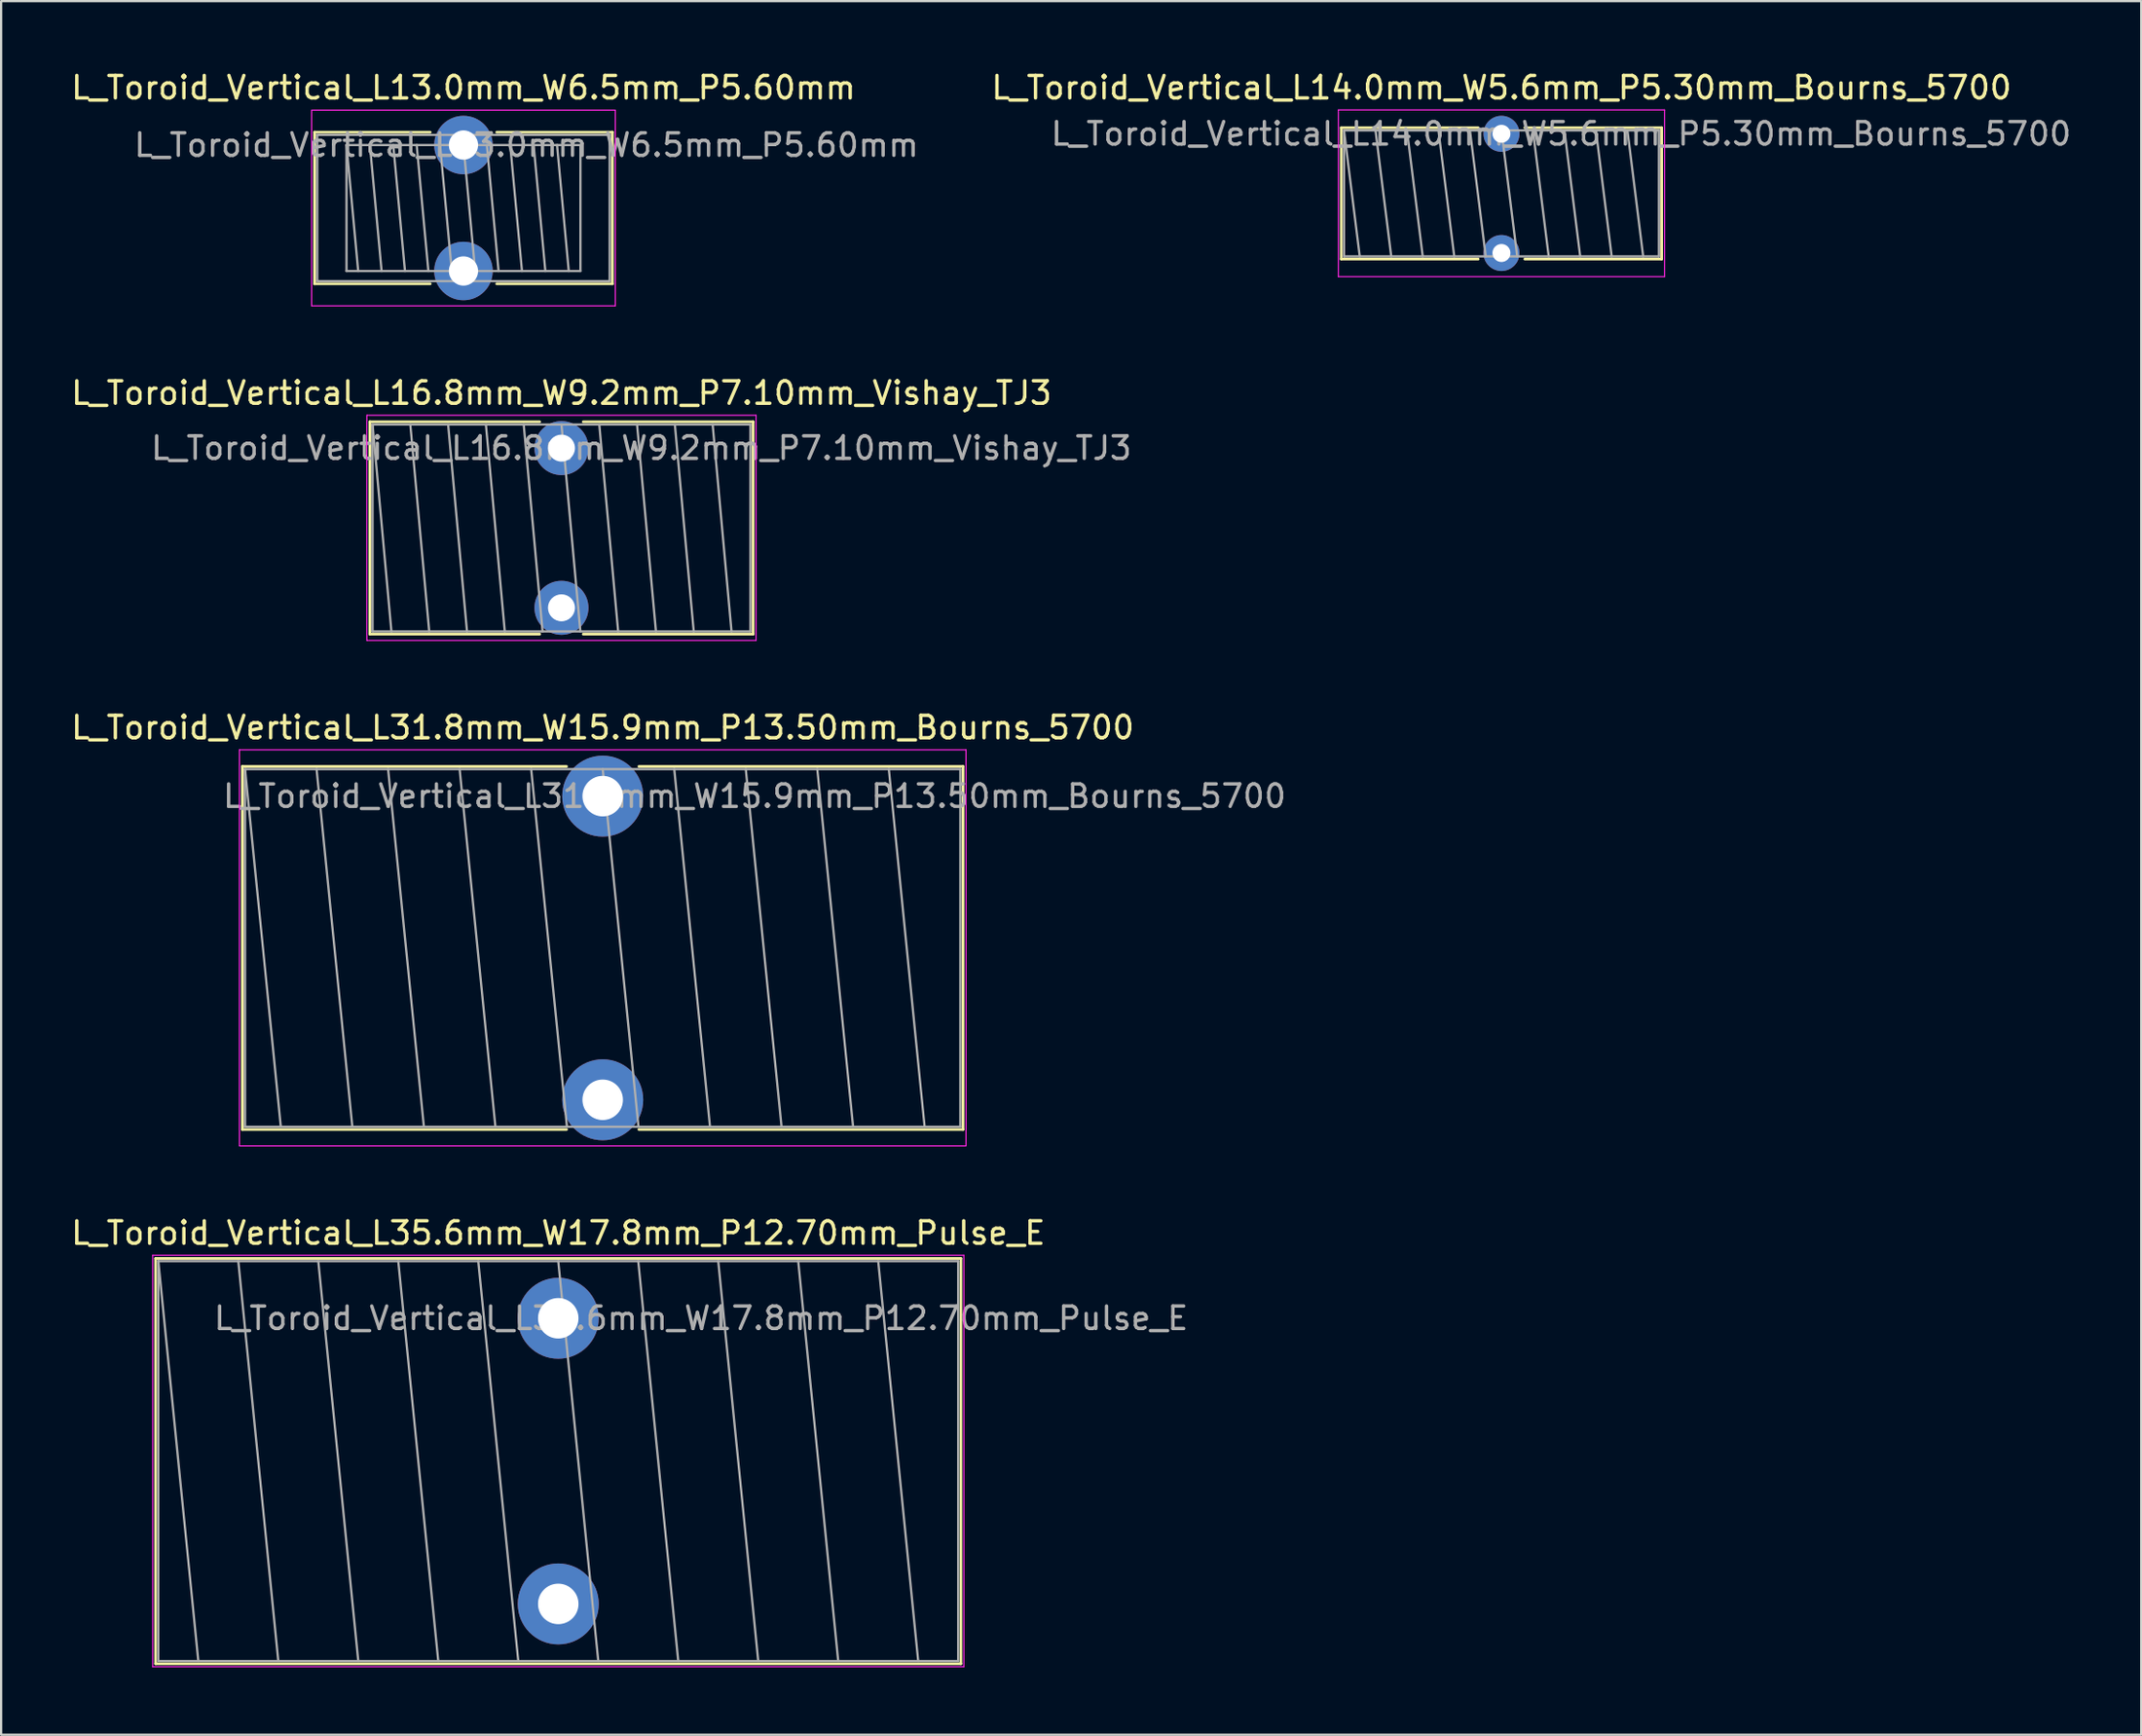
<source format=kicad_pcb>
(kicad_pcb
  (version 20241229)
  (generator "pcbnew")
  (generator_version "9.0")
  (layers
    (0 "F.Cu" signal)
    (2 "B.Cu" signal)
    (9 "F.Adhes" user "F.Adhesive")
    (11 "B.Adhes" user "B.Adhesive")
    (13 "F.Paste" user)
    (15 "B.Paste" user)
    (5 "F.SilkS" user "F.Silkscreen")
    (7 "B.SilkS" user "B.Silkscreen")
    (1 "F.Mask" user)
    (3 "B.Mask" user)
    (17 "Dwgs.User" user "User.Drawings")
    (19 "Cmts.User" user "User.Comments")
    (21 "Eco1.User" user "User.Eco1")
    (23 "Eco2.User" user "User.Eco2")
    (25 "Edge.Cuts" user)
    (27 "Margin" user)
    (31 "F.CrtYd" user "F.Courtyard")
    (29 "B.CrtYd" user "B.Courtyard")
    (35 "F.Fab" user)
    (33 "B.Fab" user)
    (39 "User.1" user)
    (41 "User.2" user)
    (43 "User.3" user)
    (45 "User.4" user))
  (footprint "L_Toroid_Vertical_L35.6mm_W17.8mm_P12.70mm_Pulse_E"
    (layer "F.Cu")
    (at 21.768 55.558)
    (property "Reference" "L_Toroid_Vertical_L35.6mm_W17.8mm_P12.70mm_Pulse_E" (at 0 -3.79 0) (layer "F.SilkS") (effects (font (size 1 1) (thickness 0.15))))
    (attr through_hole)
    (fp_line (start -17.9 -2.66) (end -17.9 15.36) (stroke (width 0.12) (type solid)) (layer "F.SilkS"))
    (fp_line (start -17.9 -2.66) (end 17.9 -2.66) (stroke (width 0.12) (type solid)) (layer "F.SilkS"))
    (fp_line (start -17.9 15.36) (end 17.9 15.36) (stroke (width 0.12) (type solid)) (layer "F.SilkS"))
    (fp_line (start 17.9 -2.66) (end 17.9 15.36) (stroke (width 0.12) (type solid)) (layer "F.SilkS"))
    (fp_line (start -18.03 -2.8) (end -18.03 15.49) (stroke (width 0.05) (type solid)) (layer "F.CrtYd"))
    (fp_line (start -18.03 15.49) (end 18.03 15.49) (stroke (width 0.05) (type solid)) (layer "F.CrtYd"))
    (fp_line (start 18.03 -2.8) (end -18.03 -2.8) (stroke (width 0.05) (type solid)) (layer "F.CrtYd"))
    (fp_line (start 18.03 15.49) (end 18.03 -2.8) (stroke (width 0.05) (type solid)) (layer "F.CrtYd"))
    (fp_line (start -17.78 -2.54) (end -17.78 15.24) (stroke (width 0.1) (type solid)) (layer "F.Fab"))
    (fp_line (start -17.78 -2.54) (end -16.002 15.24) (stroke (width 0.1) (type solid)) (layer "F.Fab"))
    (fp_line (start -17.78 15.24) (end 17.78 15.24) (stroke (width 0.1) (type solid)) (layer "F.Fab"))
    (fp_line (start -14.224 -2.54) (end -12.446 15.24) (stroke (width 0.1) (type solid)) (layer "F.Fab"))
    (fp_line (start -10.668 -2.54) (end -8.89 15.24) (stroke (width 0.1) (type solid)) (layer "F.Fab"))
    (fp_line (start -7.112 -2.54) (end -5.334 15.24) (stroke (width 0.1) (type solid)) (layer "F.Fab"))
    (fp_line (start -3.556 -2.54) (end -1.778 15.24) (stroke (width 0.1) (type solid)) (layer "F.Fab"))
    (fp_line (start 0 -2.54) (end 1.778 15.24) (stroke (width 0.1) (type solid)) (layer "F.Fab"))
    (fp_line (start 3.556 -2.54) (end 5.334 15.24) (stroke (width 0.1) (type solid)) (layer "F.Fab"))
    (fp_line (start 7.112 -2.54) (end 8.89 15.24) (stroke (width 0.1) (type solid)) (layer "F.Fab"))
    (fp_line (start 10.668 -2.54) (end 12.446 15.24) (stroke (width 0.1) (type solid)) (layer "F.Fab"))
    (fp_line (start 14.224 -2.54) (end 16.002 15.24) (stroke (width 0.1) (type solid)) (layer "F.Fab"))
    (fp_line (start 17.78 -2.54) (end -17.78 -2.54) (stroke (width 0.1) (type solid)) (layer "F.Fab"))
    (fp_line (start 17.78 15.24) (end 17.78 -2.54) (stroke (width 0.1) (type solid)) (layer "F.Fab"))
    (fp_text user "${REFERENCE}" (at 6.35 0 0) (layer "F.Fab") (effects (font (size 1 1) (thickness 0.15))))
    (pad "1" thru_hole circle (at 0 0) (size 3.6 3.6) (drill 1.8) (layers "*.Cu" "*.Mask"))
    (pad "2" thru_hole circle (at 0 12.7) (size 3.6 3.6) (drill 1.8) (layers "*.Cu" "*.Mask")))
  (footprint "L_Toroid_Vertical_L16.8mm_W9.2mm_P7.10mm_Vishay_TJ3"
    (layer "F.Cu")
    (at 21.911 16.872)
    (property "Reference" "L_Toroid_Vertical_L16.8mm_W9.2mm_P7.10mm_Vishay_TJ3" (at 0 -2.45 0) (layer "F.SilkS") (effects (font (size 1 1) (thickness 0.15))))
    (attr through_hole)
    (fp_line (start -8.52 -1.17) (end -8.52 8.27) (stroke (width 0.12) (type solid)) (layer "F.SilkS"))
    (fp_line (start -8.52 -1.17) (end -0.968 -1.17) (stroke (width 0.12) (type solid)) (layer "F.SilkS"))
    (fp_line (start -8.52 8.27) (end -0.968 8.27) (stroke (width 0.12) (type solid)) (layer "F.SilkS"))
    (fp_line (start 0.968 -1.17) (end 8.52 -1.17) (stroke (width 0.12) (type solid)) (layer "F.SilkS"))
    (fp_line (start 0.968 8.27) (end 8.52 8.27) (stroke (width 0.12) (type solid)) (layer "F.SilkS"))
    (fp_line (start 8.52 -1.17) (end 8.52 8.27) (stroke (width 0.12) (type solid)) (layer "F.SilkS"))
    (fp_line (start -8.65 -1.46) (end -8.65 8.55) (stroke (width 0.05) (type solid)) (layer "F.CrtYd"))
    (fp_line (start -8.65 8.55) (end 8.65 8.55) (stroke (width 0.05) (type solid)) (layer "F.CrtYd"))
    (fp_line (start 8.65 -1.46) (end -8.65 -1.46) (stroke (width 0.05) (type solid)) (layer "F.CrtYd"))
    (fp_line (start 8.65 8.55) (end 8.65 -1.46) (stroke (width 0.05) (type solid)) (layer "F.CrtYd"))
    (fp_line (start -8.4 -1.05) (end -8.4 8.15) (stroke (width 0.1) (type solid)) (layer "F.Fab"))
    (fp_line (start -8.4 -1.05) (end -7.56 8.15) (stroke (width 0.1) (type solid)) (layer "F.Fab"))
    (fp_line (start -8.4 8.15) (end 8.4 8.15) (stroke (width 0.1) (type solid)) (layer "F.Fab"))
    (fp_line (start -6.72 -1.05) (end -5.88 8.15) (stroke (width 0.1) (type solid)) (layer "F.Fab"))
    (fp_line (start -5.04 -1.05) (end -4.2 8.15) (stroke (width 0.1) (type solid)) (layer "F.Fab"))
    (fp_line (start -3.36 -1.05) (end -2.52 8.15) (stroke (width 0.1) (type solid)) (layer "F.Fab"))
    (fp_line (start -1.68 -1.05) (end -0.84 8.15) (stroke (width 0.1) (type solid)) (layer "F.Fab"))
    (fp_line (start 0 -1.05) (end 0.84 8.15) (stroke (width 0.1) (type solid)) (layer "F.Fab"))
    (fp_line (start 1.68 -1.05) (end 2.52 8.15) (stroke (width 0.1) (type solid)) (layer "F.Fab"))
    (fp_line (start 3.36 -1.05) (end 4.2 8.15) (stroke (width 0.1) (type solid)) (layer "F.Fab"))
    (fp_line (start 5.04 -1.05) (end 5.88 8.15) (stroke (width 0.1) (type solid)) (layer "F.Fab"))
    (fp_line (start 6.72 -1.05) (end 7.56 8.15) (stroke (width 0.1) (type solid)) (layer "F.Fab"))
    (fp_line (start 8.4 -1.05) (end -8.4 -1.05) (stroke (width 0.1) (type solid)) (layer "F.Fab"))
    (fp_line (start 8.4 8.15) (end 8.4 -1.05) (stroke (width 0.1) (type solid)) (layer "F.Fab"))
    (fp_text user "${REFERENCE}" (at 3.55 0 0) (layer "F.Fab") (effects (font (size 1 1) (thickness 0.15))))
    (pad "1" thru_hole circle (at 0 0) (size 2.4 2.4) (drill 1.2) (layers "*.Cu" "*.Mask"))
    (pad "2" thru_hole circle (at 0 7.1) (size 2.4 2.4) (drill 1.2) (layers "*.Cu" "*.Mask")))
  (footprint "L_Toroid_Vertical_L31.8mm_W15.9mm_P13.50mm_Bourns_5700"
    (layer "F.Cu")
    (at 23.744 32.345)
    (property "Reference" "L_Toroid_Vertical_L31.8mm_W15.9mm_P13.50mm_Bourns_5700" (at 0 -3.05 0) (layer "F.SilkS") (effects (font (size 1 1) (thickness 0.15))))
    (attr through_hole)
    (fp_line (start -16.02 -1.32) (end -16.02 14.82) (stroke (width 0.12) (type solid)) (layer "F.SilkS"))
    (fp_line (start -16.02 -1.32) (end -1.608 -1.32) (stroke (width 0.12) (type solid)) (layer "F.SilkS"))
    (fp_line (start -16.02 14.82) (end -1.608 14.82) (stroke (width 0.12) (type solid)) (layer "F.SilkS"))
    (fp_line (start 1.608 -1.32) (end 16.02 -1.32) (stroke (width 0.12) (type solid)) (layer "F.SilkS"))
    (fp_line (start 1.608 14.82) (end 16.02 14.82) (stroke (width 0.12) (type solid)) (layer "F.SilkS"))
    (fp_line (start 16.02 -1.32) (end 16.02 14.82) (stroke (width 0.12) (type solid)) (layer "F.SilkS"))
    (fp_line (start -16.15 -2.06) (end -16.15 15.55) (stroke (width 0.05) (type solid)) (layer "F.CrtYd"))
    (fp_line (start -16.15 15.55) (end 16.15 15.55) (stroke (width 0.05) (type solid)) (layer "F.CrtYd"))
    (fp_line (start 16.15 -2.06) (end -16.15 -2.06) (stroke (width 0.05) (type solid)) (layer "F.CrtYd"))
    (fp_line (start 16.15 15.55) (end 16.15 -2.06) (stroke (width 0.05) (type solid)) (layer "F.CrtYd"))
    (fp_line (start -15.9 -1.2) (end -15.9 14.7) (stroke (width 0.1) (type solid)) (layer "F.Fab"))
    (fp_line (start -15.9 -1.2) (end -14.31 14.7) (stroke (width 0.1) (type solid)) (layer "F.Fab"))
    (fp_line (start -15.9 14.7) (end 15.9 14.7) (stroke (width 0.1) (type solid)) (layer "F.Fab"))
    (fp_line (start -12.72 -1.2) (end -11.13 14.7) (stroke (width 0.1) (type solid)) (layer "F.Fab"))
    (fp_line (start -9.54 -1.2) (end -7.95 14.7) (stroke (width 0.1) (type solid)) (layer "F.Fab"))
    (fp_line (start -6.36 -1.2) (end -4.77 14.7) (stroke (width 0.1) (type solid)) (layer "F.Fab"))
    (fp_line (start -3.18 -1.2) (end -1.59 14.7) (stroke (width 0.1) (type solid)) (layer "F.Fab"))
    (fp_line (start 0 -1.2) (end 1.59 14.7) (stroke (width 0.1) (type solid)) (layer "F.Fab"))
    (fp_line (start 3.18 -1.2) (end 4.77 14.7) (stroke (width 0.1) (type solid)) (layer "F.Fab"))
    (fp_line (start 6.36 -1.2) (end 7.95 14.7) (stroke (width 0.1) (type solid)) (layer "F.Fab"))
    (fp_line (start 9.54 -1.2) (end 11.13 14.7) (stroke (width 0.1) (type solid)) (layer "F.Fab"))
    (fp_line (start 12.72 -1.2) (end 14.31 14.7) (stroke (width 0.1) (type solid)) (layer "F.Fab"))
    (fp_line (start 15.9 -1.2) (end -15.9 -1.2) (stroke (width 0.1) (type solid)) (layer "F.Fab"))
    (fp_line (start 15.9 14.7) (end 15.9 -1.2) (stroke (width 0.1) (type solid)) (layer "F.Fab"))
    (fp_text user "${REFERENCE}" (at 6.75 0 0) (layer "F.Fab") (effects (font (size 1 1) (thickness 0.15))))
    (pad "1" thru_hole circle (at 0 0) (size 3.6 3.6) (drill 1.8) (layers "*.Cu" "*.Mask"))
    (pad "2" thru_hole circle (at 0 13.5) (size 3.6 3.6) (drill 1.8) (layers "*.Cu" "*.Mask")))
  (footprint "L_Toroid_Vertical_L14.0mm_W5.6mm_P5.30mm_Bourns_5700"
    (layer "F.Cu")
    (at 63.699 2.898)
    (property "Reference" "L_Toroid_Vertical_L14.0mm_W5.6mm_P5.30mm_Bourns_5700" (at 0 -2.05 0) (layer "F.SilkS") (effects (font (size 1 1) (thickness 0.15))))
    (attr through_hole)
    (fp_line (start -7.12 -0.27) (end -7.12 5.57) (stroke (width 0.12) (type solid)) (layer "F.SilkS"))
    (fp_line (start -7.12 -0.27) (end -1.037 -0.27) (stroke (width 0.12) (type solid)) (layer "F.SilkS"))
    (fp_line (start -7.12 5.57) (end -1.037 5.57) (stroke (width 0.12) (type solid)) (layer "F.SilkS"))
    (fp_line (start 1.037 -0.27) (end 7.12 -0.27) (stroke (width 0.12) (type solid)) (layer "F.SilkS"))
    (fp_line (start 1.037 5.57) (end 7.12 5.57) (stroke (width 0.12) (type solid)) (layer "F.SilkS"))
    (fp_line (start 7.12 -0.27) (end 7.12 5.57) (stroke (width 0.12) (type solid)) (layer "F.SilkS"))
    (fp_line (start -7.25 -1.06) (end -7.25 6.35) (stroke (width 0.05) (type solid)) (layer "F.CrtYd"))
    (fp_line (start -7.25 6.35) (end 7.25 6.35) (stroke (width 0.05) (type solid)) (layer "F.CrtYd"))
    (fp_line (start 7.25 -1.06) (end -7.25 -1.06) (stroke (width 0.05) (type solid)) (layer "F.CrtYd"))
    (fp_line (start 7.25 6.35) (end 7.25 -1.06) (stroke (width 0.05) (type solid)) (layer "F.CrtYd"))
    (fp_line (start -7 -0.15) (end -7 5.45) (stroke (width 0.1) (type solid)) (layer "F.Fab"))
    (fp_line (start -7 -0.15) (end -6.3 5.45) (stroke (width 0.1) (type solid)) (layer "F.Fab"))
    (fp_line (start -7 5.45) (end 7 5.45) (stroke (width 0.1) (type solid)) (layer "F.Fab"))
    (fp_line (start -5.6 -0.15) (end -4.9 5.45) (stroke (width 0.1) (type solid)) (layer "F.Fab"))
    (fp_line (start -4.2 -0.15) (end -3.5 5.45) (stroke (width 0.1) (type solid)) (layer "F.Fab"))
    (fp_line (start -2.8 -0.15) (end -2.1 5.45) (stroke (width 0.1) (type solid)) (layer "F.Fab"))
    (fp_line (start -1.4 -0.15) (end -0.7 5.45) (stroke (width 0.1) (type solid)) (layer "F.Fab"))
    (fp_line (start 0 -0.15) (end 0.7 5.45) (stroke (width 0.1) (type solid)) (layer "F.Fab"))
    (fp_line (start 1.4 -0.15) (end 2.1 5.45) (stroke (width 0.1) (type solid)) (layer "F.Fab"))
    (fp_line (start 2.8 -0.15) (end 3.5 5.45) (stroke (width 0.1) (type solid)) (layer "F.Fab"))
    (fp_line (start 4.2 -0.15) (end 4.9 5.45) (stroke (width 0.1) (type solid)) (layer "F.Fab"))
    (fp_line (start 5.6 -0.15) (end 6.3 5.45) (stroke (width 0.1) (type solid)) (layer "F.Fab"))
    (fp_line (start 7 -0.15) (end -7 -0.15) (stroke (width 0.1) (type solid)) (layer "F.Fab"))
    (fp_line (start 7 5.45) (end 7 -0.15) (stroke (width 0.1) (type solid)) (layer "F.Fab"))
    (fp_text user "${REFERENCE}" (at 2.65 0 0) (layer "F.Fab") (effects (font (size 1 1) (thickness 0.15))))
    (pad "1" thru_hole circle (at 0 0) (size 1.6 1.6) (drill 0.8) (layers "*.Cu" "*.Mask"))
    (pad "2" thru_hole circle (at 0 5.3) (size 1.6 1.6) (drill 0.8) (layers "*.Cu" "*.Mask")))
  (footprint "L_Toroid_Vertical_L13.0mm_W6.5mm_P5.60mm"
    (layer "F.Cu")
    (at 17.554 3.398)
    (property "Reference" "L_Toroid_Vertical_L13.0mm_W6.5mm_P5.60mm" (at 0 -2.55 0) (layer "F.SilkS") (effects (font (size 1 1) (thickness 0.15))))
    (attr through_hole)
    (fp_line (start -6.62 -0.57) (end -6.62 6.17) (stroke (width 0.12) (type solid)) (layer "F.SilkS"))
    (fp_line (start -6.62 -0.57) (end -1.478 -0.57) (stroke (width 0.12) (type solid)) (layer "F.SilkS"))
    (fp_line (start -6.62 6.17) (end -1.478 6.17) (stroke (width 0.12) (type solid)) (layer "F.SilkS"))
    (fp_line (start 1.478 -0.57) (end 6.62 -0.57) (stroke (width 0.12) (type solid)) (layer "F.SilkS"))
    (fp_line (start 1.478 6.17) (end 6.62 6.17) (stroke (width 0.12) (type solid)) (layer "F.SilkS"))
    (fp_line (start 6.62 -0.57) (end 6.62 6.17) (stroke (width 0.12) (type solid)) (layer "F.SilkS"))
    (fp_line (start -6.75 -1.55) (end -6.75 7.15) (stroke (width 0.05) (type solid)) (layer "F.CrtYd"))
    (fp_line (start -6.75 7.15) (end 6.75 7.15) (stroke (width 0.05) (type solid)) (layer "F.CrtYd"))
    (fp_line (start 6.75 -1.55) (end -6.75 -1.55) (stroke (width 0.05) (type solid)) (layer "F.CrtYd"))
    (fp_line (start 6.75 7.15) (end 6.75 -1.55) (stroke (width 0.05) (type solid)) (layer "F.CrtYd"))
    (fp_line (start -6.5 -0.45) (end -6.5 6.05) (stroke (width 0.1) (type solid)) (layer "F.Fab"))
    (fp_line (start -6.5 6.05) (end 6.5 6.05) (stroke (width 0.1) (type solid)) (layer "F.Fab"))
    (fp_line (start -5.2 0) (end -5.2 5.6) (stroke (width 0.1) (type solid)) (layer "F.Fab"))
    (fp_line (start -5.2 0) (end -4.68 5.6) (stroke (width 0.1) (type solid)) (layer "F.Fab"))
    (fp_line (start -5.2 5.6) (end 5.2 5.6) (stroke (width 0.1) (type solid)) (layer "F.Fab"))
    (fp_line (start -4.16 0) (end -3.64 5.6) (stroke (width 0.1) (type solid)) (layer "F.Fab"))
    (fp_line (start -3.12 0) (end -2.6 5.6) (stroke (width 0.1) (type solid)) (layer "F.Fab"))
    (fp_line (start -2.08 0) (end -1.56 5.6) (stroke (width 0.1) (type solid)) (layer "F.Fab"))
    (fp_line (start -1.04 0) (end -0.52 5.6) (stroke (width 0.1) (type solid)) (layer "F.Fab"))
    (fp_line (start 0 0) (end 0.52 5.6) (stroke (width 0.1) (type solid)) (layer "F.Fab"))
    (fp_line (start 1.04 0) (end 1.56 5.6) (stroke (width 0.1) (type solid)) (layer "F.Fab"))
    (fp_line (start 2.08 0) (end 2.6 5.6) (stroke (width 0.1) (type solid)) (layer "F.Fab"))
    (fp_line (start 3.12 0) (end 3.64 5.6) (stroke (width 0.1) (type solid)) (layer "F.Fab"))
    (fp_line (start 4.16 0) (end 4.68 5.6) (stroke (width 0.1) (type solid)) (layer "F.Fab"))
    (fp_line (start 5.2 0) (end -5.2 0) (stroke (width 0.1) (type solid)) (layer "F.Fab"))
    (fp_line (start 5.2 5.6) (end 5.2 0) (stroke (width 0.1) (type solid)) (layer "F.Fab"))
    (fp_line (start 6.5 -0.45) (end -6.5 -0.45) (stroke (width 0.1) (type solid)) (layer "F.Fab"))
    (fp_line (start 6.5 6.05) (end 6.5 -0.45) (stroke (width 0.1) (type solid)) (layer "F.Fab"))
    (fp_text user "${REFERENCE}" (at 2.8 0 0) (layer "F.Fab") (effects (font (size 1 1) (thickness 0.15))))
    (pad "1" thru_hole circle (at 0 0) (size 2.6 2.6) (drill 1.3) (layers "*.Cu" "*.Mask"))
    (pad "2" thru_hole circle (at 0 5.6) (size 2.6 2.6) (drill 1.3) (layers "*.Cu" "*.Mask")))
  (gr_rect
    (start -3 -3)
    (end 92.14 74.073)
    (stroke (width 0.1) (type default))
    (fill no)
    (layer "Edge.Cuts")))
</source>
